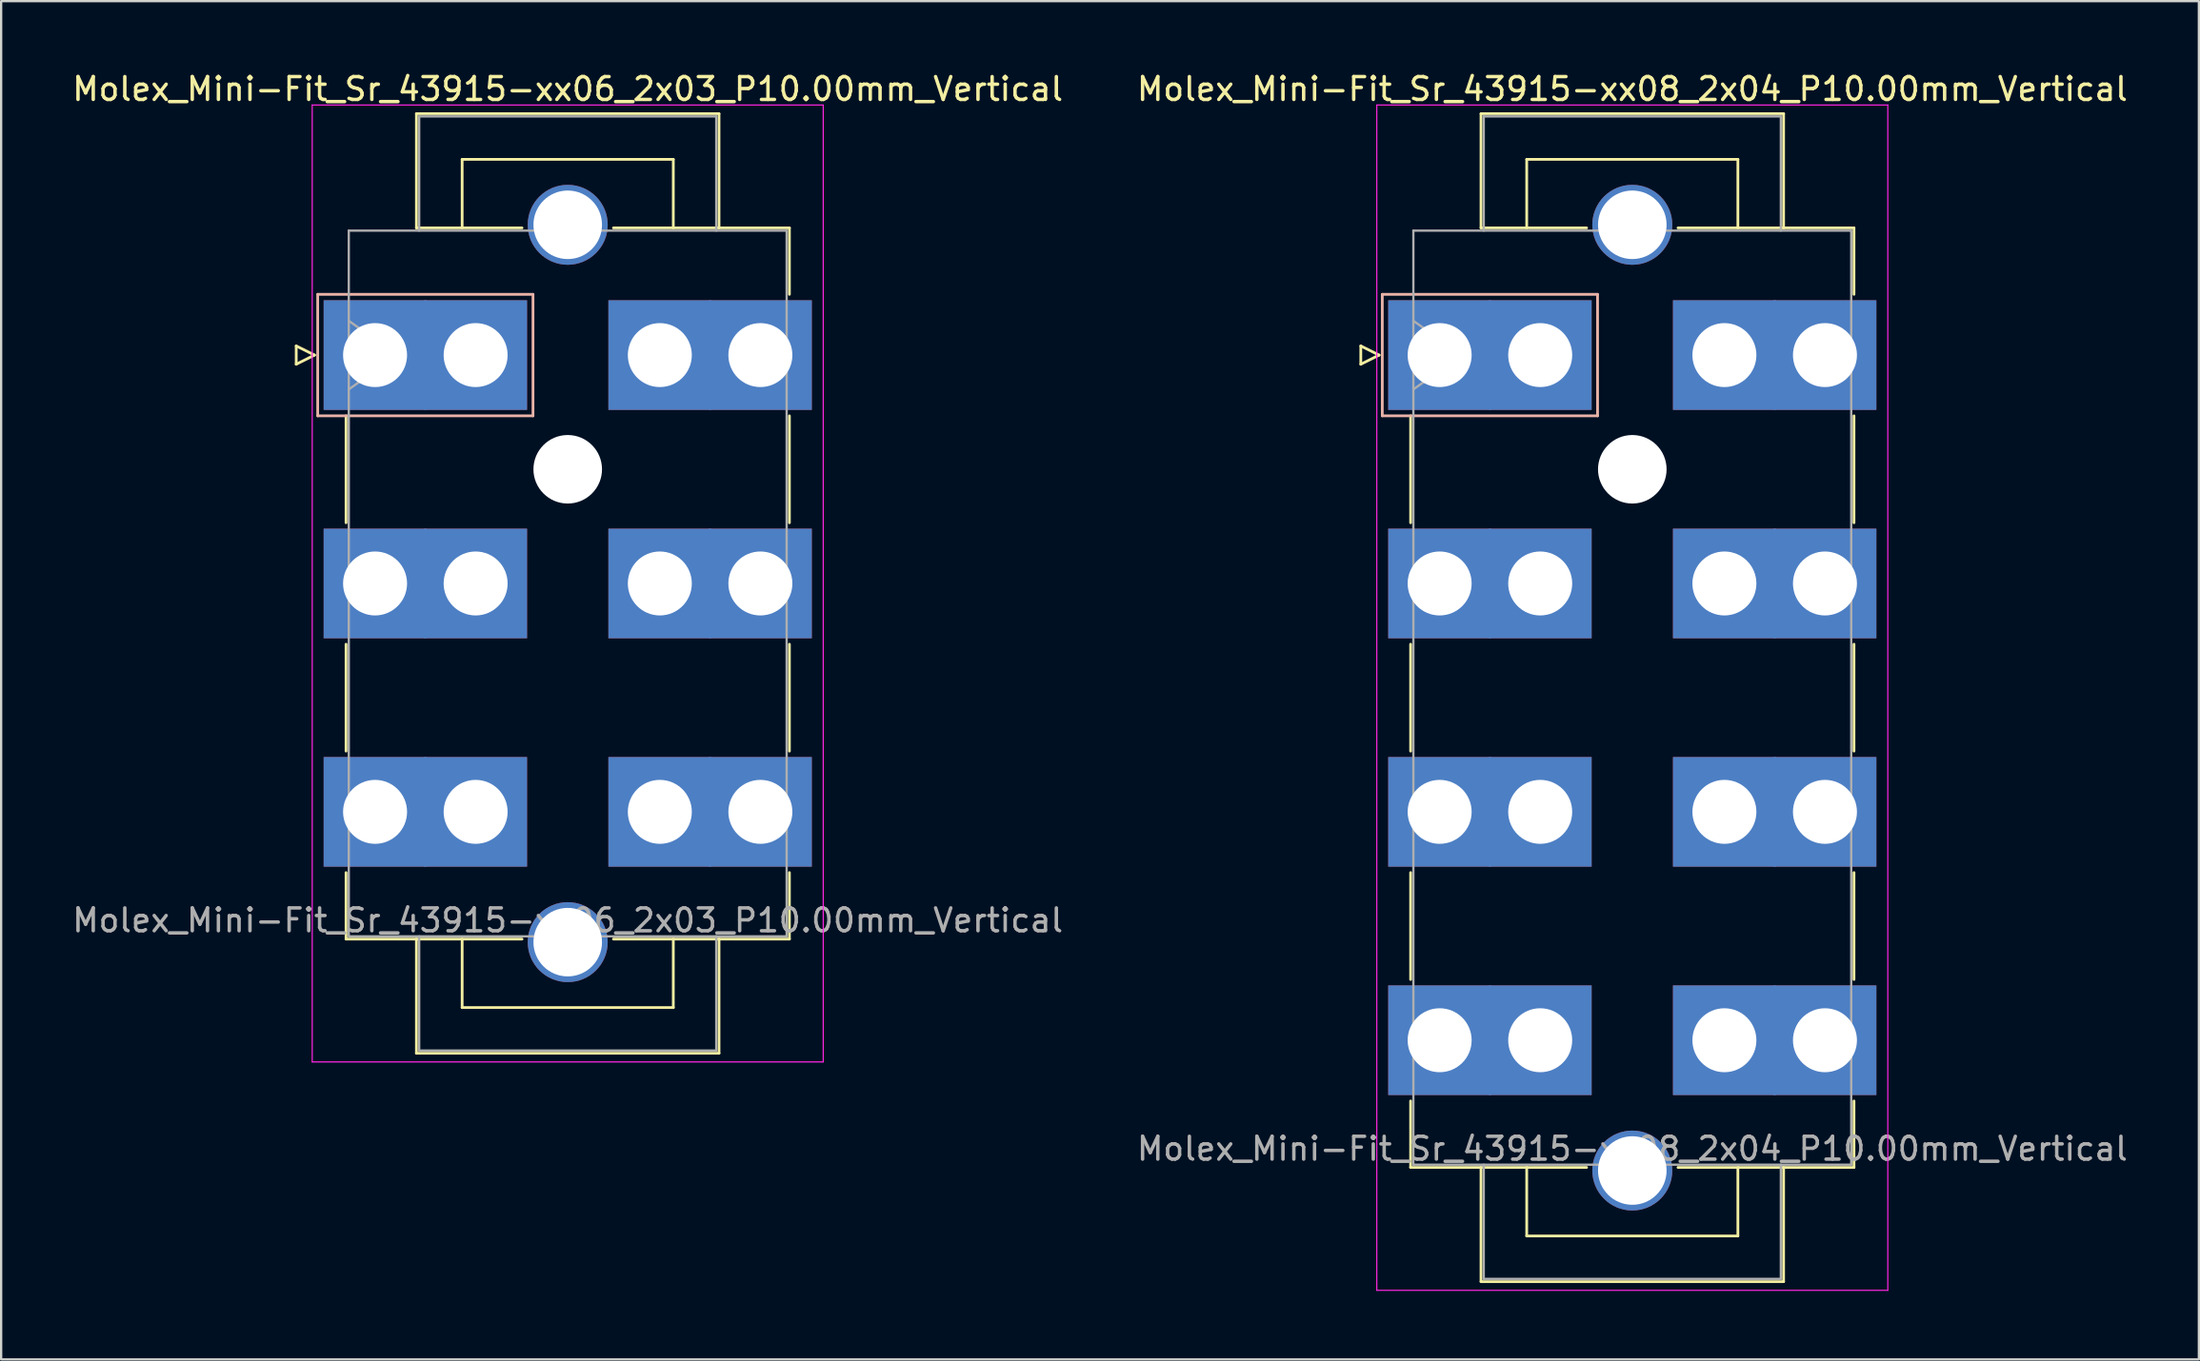
<source format=kicad_pcb>
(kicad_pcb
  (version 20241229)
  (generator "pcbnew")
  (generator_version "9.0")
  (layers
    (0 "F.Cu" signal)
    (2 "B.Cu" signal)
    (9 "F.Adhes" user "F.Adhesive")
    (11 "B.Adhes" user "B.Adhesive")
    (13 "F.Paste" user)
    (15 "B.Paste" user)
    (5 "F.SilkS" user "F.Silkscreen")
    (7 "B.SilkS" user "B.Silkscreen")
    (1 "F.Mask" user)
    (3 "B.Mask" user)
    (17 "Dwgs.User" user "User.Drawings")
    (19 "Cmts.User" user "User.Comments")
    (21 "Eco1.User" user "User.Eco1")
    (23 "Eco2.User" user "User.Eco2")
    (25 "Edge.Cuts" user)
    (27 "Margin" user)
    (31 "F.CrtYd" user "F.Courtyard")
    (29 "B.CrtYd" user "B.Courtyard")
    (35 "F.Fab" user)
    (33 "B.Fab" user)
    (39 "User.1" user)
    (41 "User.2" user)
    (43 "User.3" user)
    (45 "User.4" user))
  (footprint "Molex_Mini-Fit_Sr_43915-xx08_2x04_P10.00mm_Vertical"
    (layer "F.Cu")
    (at 59.945 12.498)
    (property "Reference" "Molex_Mini-Fit_Sr_43915-xx08_2x04_P10.00mm_Vertical" (at 8.43 -11.65 0) (layer "F.SilkS") (effects (font (size 1 1) (thickness 0.15))))
    (attr through_hole)
    (fp_line (start -3.45 -0.4) (end -3.45 0.4) (stroke (width 0.12) (type solid)) (layer "F.SilkS"))
    (fp_line (start -3.45 0.4) (end -2.65 0) (stroke (width 0.12) (type solid)) (layer "F.SilkS"))
    (fp_line (start -2.65 0) (end -3.45 -0.4) (stroke (width 0.12) (type solid)) (layer "F.SilkS"))
    (fp_line (start -1.27 2.66) (end -1.27 7.34) (stroke (width 0.12) (type solid)) (layer "F.SilkS"))
    (fp_line (start -1.27 12.66) (end -1.27 17.34) (stroke (width 0.12) (type solid)) (layer "F.SilkS"))
    (fp_line (start -1.27 22.66) (end -1.27 27.34) (stroke (width 0.12) (type solid)) (layer "F.SilkS"))
    (fp_line (start -1.27 32.66) (end -1.27 35.57) (stroke (width 0.12) (type solid)) (layer "F.SilkS"))
    (fp_line (start -1.27 35.57) (end 6.43 35.57) (stroke (width 0.12) (type solid)) (layer "F.SilkS"))
    (fp_line (start 1.81 -10.57) (end 15.05 -10.57) (stroke (width 0.12) (type solid)) (layer "F.SilkS"))
    (fp_line (start 1.81 -5.57) (end 1.81 -10.57) (stroke (width 0.12) (type solid)) (layer "F.SilkS"))
    (fp_line (start 1.81 35.57) (end 1.81 40.57) (stroke (width 0.12) (type solid)) (layer "F.SilkS"))
    (fp_line (start 1.81 40.57) (end 15.05 40.57) (stroke (width 0.12) (type solid)) (layer "F.SilkS"))
    (fp_line (start 3.81 -8.57) (end 13.05 -8.57) (stroke (width 0.12) (type solid)) (layer "F.SilkS"))
    (fp_line (start 3.81 -5.57) (end 3.81 -8.57) (stroke (width 0.12) (type solid)) (layer "F.SilkS"))
    (fp_line (start 3.81 35.57) (end 3.81 38.57) (stroke (width 0.12) (type solid)) (layer "F.SilkS"))
    (fp_line (start 3.81 38.57) (end 13.05 38.57) (stroke (width 0.12) (type solid)) (layer "F.SilkS"))
    (fp_line (start 6.43 -5.57) (end 1.81 -5.57) (stroke (width 0.12) (type solid)) (layer "F.SilkS"))
    (fp_line (start 13.05 -8.57) (end 13.05 -5.57) (stroke (width 0.12) (type solid)) (layer "F.SilkS"))
    (fp_line (start 13.05 38.57) (end 13.05 35.57) (stroke (width 0.12) (type solid)) (layer "F.SilkS"))
    (fp_line (start 15.05 -10.57) (end 15.05 -5.57) (stroke (width 0.12) (type solid)) (layer "F.SilkS"))
    (fp_line (start 15.05 40.57) (end 15.05 35.57) (stroke (width 0.12) (type solid)) (layer "F.SilkS"))
    (fp_line (start 18.13 -5.57) (end 10.43 -5.57) (stroke (width 0.12) (type solid)) (layer "F.SilkS"))
    (fp_line (start 18.13 -2.66) (end 18.13 -5.57) (stroke (width 0.12) (type solid)) (layer "F.SilkS"))
    (fp_line (start 18.13 2.66) (end 18.13 7.34) (stroke (width 0.12) (type solid)) (layer "F.SilkS"))
    (fp_line (start 18.13 12.66) (end 18.13 17.34) (stroke (width 0.12) (type solid)) (layer "F.SilkS"))
    (fp_line (start 18.13 22.66) (end 18.13 27.34) (stroke (width 0.12) (type solid)) (layer "F.SilkS"))
    (fp_line (start 18.13 32.66) (end 18.13 35.57) (stroke (width 0.12) (type solid)) (layer "F.SilkS"))
    (fp_line (start 18.13 35.57) (end 10.43 35.57) (stroke (width 0.12) (type solid)) (layer "F.SilkS"))
    (fp_line (start -2.51 -2.66) (end -2.51 2.66) (stroke (width 0.12) (type solid)) (layer "B.SilkS"))
    (fp_line (start -2.51 2.66) (end 6.91 2.66) (stroke (width 0.12) (type solid)) (layer "B.SilkS"))
    (fp_line (start 6.91 -2.66) (end -2.51 -2.66) (stroke (width 0.12) (type solid)) (layer "B.SilkS"))
    (fp_line (start 6.91 2.66) (end 6.91 -2.66) (stroke (width 0.12) (type solid)) (layer "B.SilkS"))
    (fp_line (start -2.75 -10.95) (end -2.75 40.95) (stroke (width 0.05) (type solid)) (layer "F.CrtYd"))
    (fp_line (start -2.75 40.95) (end 19.61 40.95) (stroke (width 0.05) (type solid)) (layer "F.CrtYd"))
    (fp_line (start 19.61 -10.95) (end -2.75 -10.95) (stroke (width 0.05) (type solid)) (layer "F.CrtYd"))
    (fp_line (start 19.61 40.95) (end 19.61 -10.95) (stroke (width 0.05) (type solid)) (layer "F.CrtYd"))
    (fp_line (start -1.15 -5.45) (end -1.15 35.45) (stroke (width 0.1) (type solid)) (layer "F.Fab"))
    (fp_line (start -1.15 -1.5) (end 0.971 0) (stroke (width 0.1) (type solid)) (layer "F.Fab"))
    (fp_line (start -1.15 35.45) (end 18.01 35.45) (stroke (width 0.1) (type solid)) (layer "F.Fab"))
    (fp_line (start 0.971 0) (end -1.15 1.5) (stroke (width 0.1) (type solid)) (layer "F.Fab"))
    (fp_line (start 1.93 -10.45) (end 14.93 -10.45) (stroke (width 0.1) (type solid)) (layer "F.Fab"))
    (fp_line (start 1.93 -5.45) (end 1.93 -10.45) (stroke (width 0.1) (type solid)) (layer "F.Fab"))
    (fp_line (start 1.93 35.45) (end 1.93 40.45) (stroke (width 0.1) (type solid)) (layer "F.Fab"))
    (fp_line (start 1.93 40.45) (end 14.93 40.45) (stroke (width 0.1) (type solid)) (layer "F.Fab"))
    (fp_line (start 14.93 -10.45) (end 14.93 -5.45) (stroke (width 0.1) (type solid)) (layer "F.Fab"))
    (fp_line (start 14.93 40.45) (end 14.93 35.45) (stroke (width 0.1) (type solid)) (layer "F.Fab"))
    (fp_line (start 18.01 -5.45) (end -1.15 -5.45) (stroke (width 0.1) (type solid)) (layer "F.Fab"))
    (fp_line (start 18.01 35.45) (end 18.01 -5.45) (stroke (width 0.1) (type solid)) (layer "F.Fab"))
    (fp_text user "${REFERENCE}" (at 8.43 34.75 0) (layer "F.Fab") (effects (font (size 1 1) (thickness 0.15))))
    (pad "" thru_hole circle (at 8.43 -5.705) (size 3.5 3.5) (drill 3) (layers "*.Cu" "*.Mask"))
    (pad "" np_thru_hole circle (at 8.43 5) (size 3 3) (drill 3) (layers "*.Cu" "*.Mask"))
    (pad "" thru_hole circle (at 8.43 35.705) (size 3.5 3.5) (drill 3) (layers "*.Cu" "*.Mask"))
    (pad "1" thru_hole rect (at 0 0) (size 4.5 4.8) (drill 2.8) (layers "*.Cu" "*.Mask"))
    (pad "1" thru_hole rect (at 4.4 0) (size 4.5 4.8) (drill 2.8) (layers "*.Cu" "*.Mask"))
    (pad "2" thru_hole rect (at 0 10) (size 4.5 4.8) (drill 2.8) (layers "*.Cu" "*.Mask"))
    (pad "2" thru_hole rect (at 4.4 10) (size 4.5 4.8) (drill 2.8) (layers "*.Cu" "*.Mask"))
    (pad "3" thru_hole rect (at 0 20) (size 4.5 4.8) (drill 2.8) (layers "*.Cu" "*.Mask"))
    (pad "3" thru_hole rect (at 4.4 20) (size 4.5 4.8) (drill 2.8) (layers "*.Cu" "*.Mask"))
    (pad "4" thru_hole rect (at 0 30) (size 4.5 4.8) (drill 2.8) (layers "*.Cu" "*.Mask"))
    (pad "4" thru_hole rect (at 4.4 30) (size 4.5 4.8) (drill 2.8) (layers "*.Cu" "*.Mask"))
    (pad "5" thru_hole rect (at 12.46 0) (size 4.5 4.8) (drill 2.8) (layers "*.Cu" "*.Mask"))
    (pad "5" thru_hole rect (at 16.86 0) (size 4.5 4.8) (drill 2.8) (layers "*.Cu" "*.Mask"))
    (pad "6" thru_hole rect (at 12.46 10) (size 4.5 4.8) (drill 2.8) (layers "*.Cu" "*.Mask"))
    (pad "6" thru_hole rect (at 16.86 10) (size 4.5 4.8) (drill 2.8) (layers "*.Cu" "*.Mask"))
    (pad "7" thru_hole rect (at 12.46 20) (size 4.5 4.8) (drill 2.8) (layers "*.Cu" "*.Mask"))
    (pad "7" thru_hole rect (at 16.86 20) (size 4.5 4.8) (drill 2.8) (layers "*.Cu" "*.Mask"))
    (pad "8" thru_hole rect (at 12.46 30) (size 4.5 4.8) (drill 2.8) (layers "*.Cu" "*.Mask"))
    (pad "8" thru_hole rect (at 16.86 30) (size 4.5 4.8) (drill 2.8) (layers "*.Cu" "*.Mask")))
  (footprint "Molex_Mini-Fit_Sr_43915-xx06_2x03_P10.00mm_Vertical"
    (layer "F.Cu")
    (at 13.362 12.498)
    (property "Reference" "Molex_Mini-Fit_Sr_43915-xx06_2x03_P10.00mm_Vertical" (at 8.43 -11.65 0) (layer "F.SilkS") (effects (font (size 1 1) (thickness 0.15))))
    (attr through_hole)
    (fp_line (start -3.45 -0.4) (end -3.45 0.4) (stroke (width 0.12) (type solid)) (layer "F.SilkS"))
    (fp_line (start -3.45 0.4) (end -2.65 0) (stroke (width 0.12) (type solid)) (layer "F.SilkS"))
    (fp_line (start -2.65 0) (end -3.45 -0.4) (stroke (width 0.12) (type solid)) (layer "F.SilkS"))
    (fp_line (start -1.27 2.66) (end -1.27 7.34) (stroke (width 0.12) (type solid)) (layer "F.SilkS"))
    (fp_line (start -1.27 12.66) (end -1.27 17.34) (stroke (width 0.12) (type solid)) (layer "F.SilkS"))
    (fp_line (start -1.27 22.66) (end -1.27 25.57) (stroke (width 0.12) (type solid)) (layer "F.SilkS"))
    (fp_line (start -1.27 25.57) (end 6.43 25.57) (stroke (width 0.12) (type solid)) (layer "F.SilkS"))
    (fp_line (start 1.81 -10.57) (end 15.05 -10.57) (stroke (width 0.12) (type solid)) (layer "F.SilkS"))
    (fp_line (start 1.81 -5.57) (end 1.81 -10.57) (stroke (width 0.12) (type solid)) (layer "F.SilkS"))
    (fp_line (start 1.81 25.57) (end 1.81 30.57) (stroke (width 0.12) (type solid)) (layer "F.SilkS"))
    (fp_line (start 1.81 30.57) (end 15.05 30.57) (stroke (width 0.12) (type solid)) (layer "F.SilkS"))
    (fp_line (start 3.81 -8.57) (end 13.05 -8.57) (stroke (width 0.12) (type solid)) (layer "F.SilkS"))
    (fp_line (start 3.81 -5.57) (end 3.81 -8.57) (stroke (width 0.12) (type solid)) (layer "F.SilkS"))
    (fp_line (start 3.81 25.57) (end 3.81 28.57) (stroke (width 0.12) (type solid)) (layer "F.SilkS"))
    (fp_line (start 3.81 28.57) (end 13.05 28.57) (stroke (width 0.12) (type solid)) (layer "F.SilkS"))
    (fp_line (start 6.43 -5.57) (end 1.81 -5.57) (stroke (width 0.12) (type solid)) (layer "F.SilkS"))
    (fp_line (start 13.05 -8.57) (end 13.05 -5.57) (stroke (width 0.12) (type solid)) (layer "F.SilkS"))
    (fp_line (start 13.05 28.57) (end 13.05 25.57) (stroke (width 0.12) (type solid)) (layer "F.SilkS"))
    (fp_line (start 15.05 -10.57) (end 15.05 -5.57) (stroke (width 0.12) (type solid)) (layer "F.SilkS"))
    (fp_line (start 15.05 30.57) (end 15.05 25.57) (stroke (width 0.12) (type solid)) (layer "F.SilkS"))
    (fp_line (start 18.13 -5.57) (end 10.43 -5.57) (stroke (width 0.12) (type solid)) (layer "F.SilkS"))
    (fp_line (start 18.13 -2.66) (end 18.13 -5.57) (stroke (width 0.12) (type solid)) (layer "F.SilkS"))
    (fp_line (start 18.13 2.66) (end 18.13 7.34) (stroke (width 0.12) (type solid)) (layer "F.SilkS"))
    (fp_line (start 18.13 12.66) (end 18.13 17.34) (stroke (width 0.12) (type solid)) (layer "F.SilkS"))
    (fp_line (start 18.13 22.66) (end 18.13 25.57) (stroke (width 0.12) (type solid)) (layer "F.SilkS"))
    (fp_line (start 18.13 25.57) (end 10.43 25.57) (stroke (width 0.12) (type solid)) (layer "F.SilkS"))
    (fp_line (start -2.51 -2.66) (end -2.51 2.66) (stroke (width 0.12) (type solid)) (layer "B.SilkS"))
    (fp_line (start -2.51 2.66) (end 6.91 2.66) (stroke (width 0.12) (type solid)) (layer "B.SilkS"))
    (fp_line (start 6.91 -2.66) (end -2.51 -2.66) (stroke (width 0.12) (type solid)) (layer "B.SilkS"))
    (fp_line (start 6.91 2.66) (end 6.91 -2.66) (stroke (width 0.12) (type solid)) (layer "B.SilkS"))
    (fp_line (start -2.75 -10.95) (end -2.75 30.95) (stroke (width 0.05) (type solid)) (layer "F.CrtYd"))
    (fp_line (start -2.75 30.95) (end 19.61 30.95) (stroke (width 0.05) (type solid)) (layer "F.CrtYd"))
    (fp_line (start 19.61 -10.95) (end -2.75 -10.95) (stroke (width 0.05) (type solid)) (layer "F.CrtYd"))
    (fp_line (start 19.61 30.95) (end 19.61 -10.95) (stroke (width 0.05) (type solid)) (layer "F.CrtYd"))
    (fp_line (start -1.15 -5.45) (end -1.15 25.45) (stroke (width 0.1) (type solid)) (layer "F.Fab"))
    (fp_line (start -1.15 -1.5) (end 0.971 0) (stroke (width 0.1) (type solid)) (layer "F.Fab"))
    (fp_line (start -1.15 25.45) (end 18.01 25.45) (stroke (width 0.1) (type solid)) (layer "F.Fab"))
    (fp_line (start 0.971 0) (end -1.15 1.5) (stroke (width 0.1) (type solid)) (layer "F.Fab"))
    (fp_line (start 1.93 -10.45) (end 14.93 -10.45) (stroke (width 0.1) (type solid)) (layer "F.Fab"))
    (fp_line (start 1.93 -5.45) (end 1.93 -10.45) (stroke (width 0.1) (type solid)) (layer "F.Fab"))
    (fp_line (start 1.93 25.45) (end 1.93 30.45) (stroke (width 0.1) (type solid)) (layer "F.Fab"))
    (fp_line (start 1.93 30.45) (end 14.93 30.45) (stroke (width 0.1) (type solid)) (layer "F.Fab"))
    (fp_line (start 14.93 -10.45) (end 14.93 -5.45) (stroke (width 0.1) (type solid)) (layer "F.Fab"))
    (fp_line (start 14.93 30.45) (end 14.93 25.45) (stroke (width 0.1) (type solid)) (layer "F.Fab"))
    (fp_line (start 18.01 -5.45) (end -1.15 -5.45) (stroke (width 0.1) (type solid)) (layer "F.Fab"))
    (fp_line (start 18.01 25.45) (end 18.01 -5.45) (stroke (width 0.1) (type solid)) (layer "F.Fab"))
    (fp_text user "${REFERENCE}" (at 8.43 24.75 0) (layer "F.Fab") (effects (font (size 1 1) (thickness 0.15))))
    (pad "" thru_hole circle (at 8.43 -5.705) (size 3.5 3.5) (drill 3) (layers "*.Cu" "*.Mask"))
    (pad "" np_thru_hole circle (at 8.43 5) (size 3 3) (drill 3) (layers "*.Cu" "*.Mask"))
    (pad "" thru_hole circle (at 8.43 25.705) (size 3.5 3.5) (drill 3) (layers "*.Cu" "*.Mask"))
    (pad "1" thru_hole rect (at 0 0) (size 4.5 4.8) (drill 2.8) (layers "*.Cu" "*.Mask"))
    (pad "1" thru_hole rect (at 4.4 0) (size 4.5 4.8) (drill 2.8) (layers "*.Cu" "*.Mask"))
    (pad "2" thru_hole rect (at 0 10) (size 4.5 4.8) (drill 2.8) (layers "*.Cu" "*.Mask"))
    (pad "2" thru_hole rect (at 4.4 10) (size 4.5 4.8) (drill 2.8) (layers "*.Cu" "*.Mask"))
    (pad "3" thru_hole rect (at 0 20) (size 4.5 4.8) (drill 2.8) (layers "*.Cu" "*.Mask"))
    (pad "3" thru_hole rect (at 4.4 20) (size 4.5 4.8) (drill 2.8) (layers "*.Cu" "*.Mask"))
    (pad "4" thru_hole rect (at 12.46 0) (size 4.5 4.8) (drill 2.8) (layers "*.Cu" "*.Mask"))
    (pad "4" thru_hole rect (at 16.86 0) (size 4.5 4.8) (drill 2.8) (layers "*.Cu" "*.Mask"))
    (pad "5" thru_hole rect (at 12.46 10) (size 4.5 4.8) (drill 2.8) (layers "*.Cu" "*.Mask"))
    (pad "5" thru_hole rect (at 16.86 10) (size 4.5 4.8) (drill 2.8) (layers "*.Cu" "*.Mask"))
    (pad "6" thru_hole rect (at 12.46 20) (size 4.5 4.8) (drill 2.8) (layers "*.Cu" "*.Mask"))
    (pad "6" thru_hole rect (at 16.86 20) (size 4.5 4.8) (drill 2.8) (layers "*.Cu" "*.Mask")))
  (gr_rect
    (start -3 -3)
    (end 93.167 56.473)
    (stroke (width 0.1) (type default))
    (fill no)
    (layer "Edge.Cuts")))
</source>
